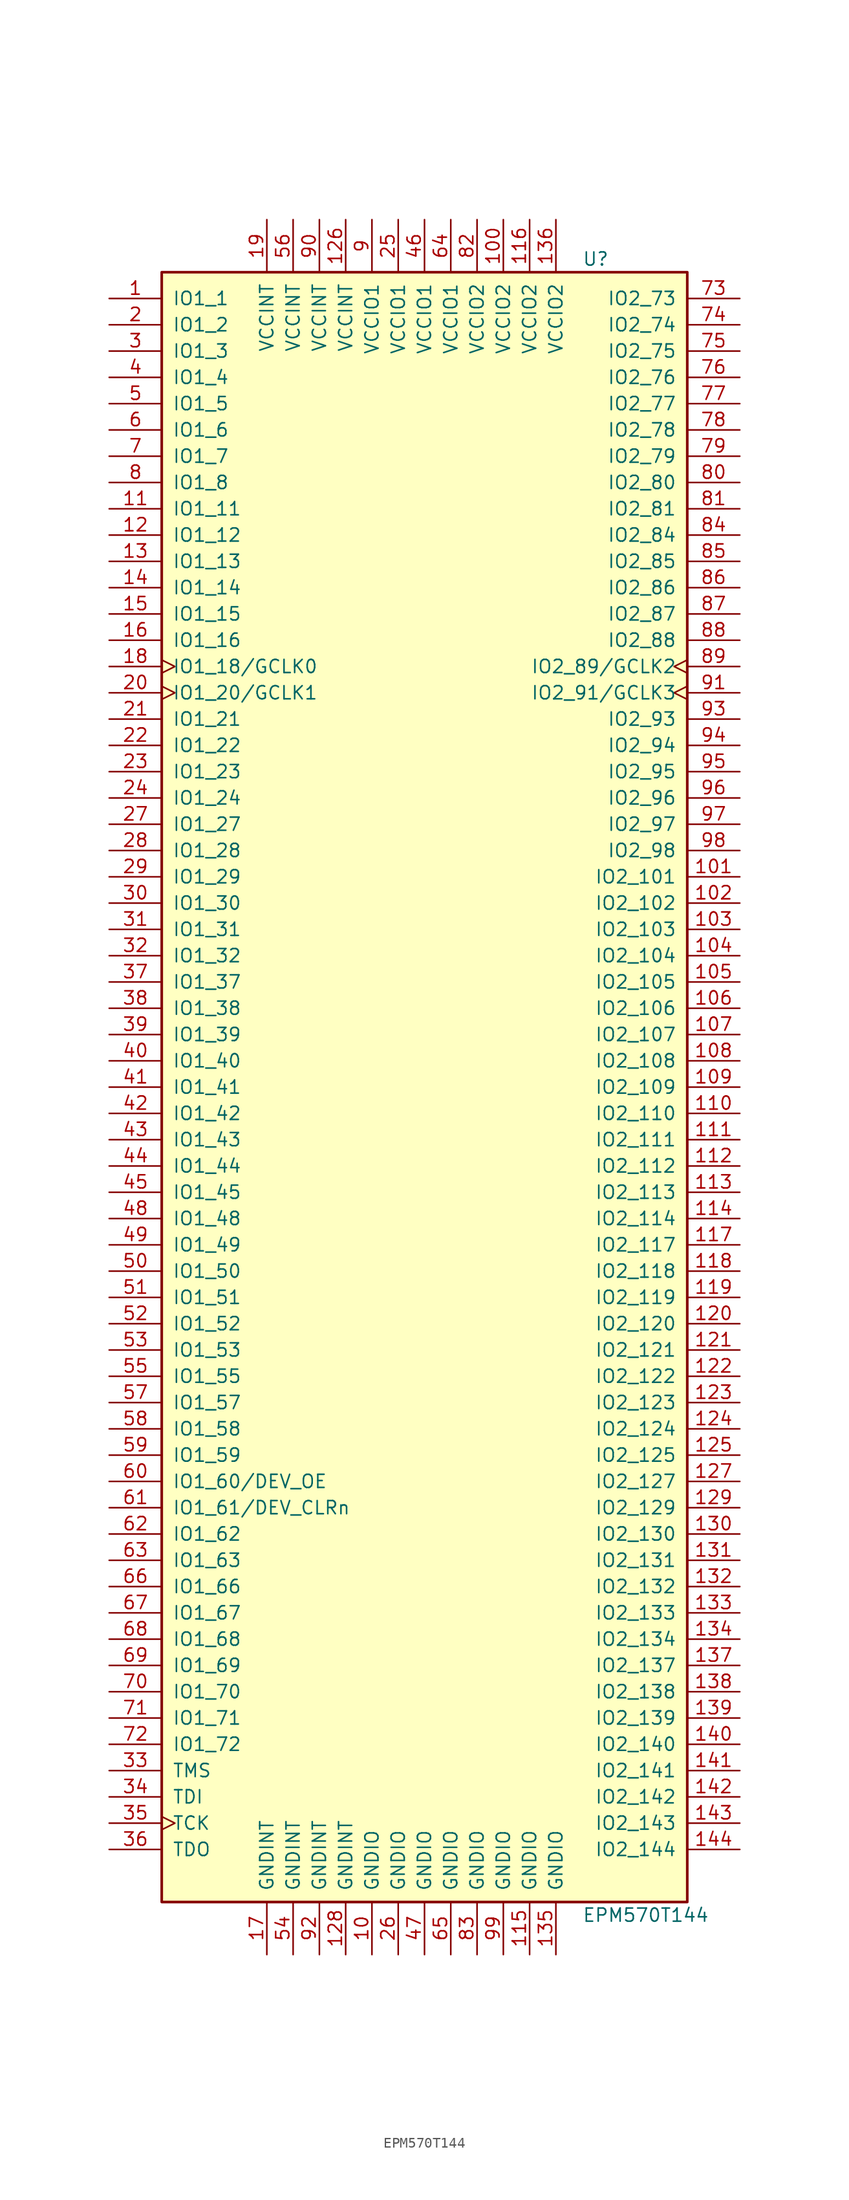
<source format=kicad_sym>
(kicad_symbol_lib
  (version 20201005)
  (generator kicad_symbol_editor)
  (symbol "EPM570T144"
    (pin_names
      (offset 1.016))
    (property "Reference" "U"
      (at 15.24 80.01 0)
      (effects (font (size 1.27 1.27)) (justify left)))
    (property "Value" "EPM570T144"
      (at 15.24 -80.01 0)
      (effects (font (size 1.27 1.27)) (justify left)))
    (property "ki_locked" ""
      (at 0 0 0)
      (effects (font (size 1.27 1.27))))
    (symbol "EPM570T144_1_1"
      (rectangle (start -25.4 78.74) (end 25.4 -78.74) (stroke (width 0.254)) (fill (type background)))
      (pin bidirectional line (at -30.48 76.2 0) (length 5.08) (name "IO1_1" (effects (font (size 1.27 1.27)))) (number "1" (effects (font (size 1.27 1.27)))))
      (pin bidirectional line (at -30.48 73.66 0) (length 5.08) (name "IO1_2" (effects (font (size 1.27 1.27)))) (number "2" (effects (font (size 1.27 1.27)))))
      (pin bidirectional line (at -30.48 71.12 0) (length 5.08) (name "IO1_3" (effects (font (size 1.27 1.27)))) (number "3" (effects (font (size 1.27 1.27)))))
      (pin bidirectional line (at -30.48 68.58 0) (length 5.08) (name "IO1_4" (effects (font (size 1.27 1.27)))) (number "4" (effects (font (size 1.27 1.27)))))
      (pin bidirectional line (at -30.48 66.04 0) (length 5.08) (name "IO1_5" (effects (font (size 1.27 1.27)))) (number "5" (effects (font (size 1.27 1.27)))))
      (pin bidirectional line (at -30.48 63.5 0) (length 5.08) (name "IO1_6" (effects (font (size 1.27 1.27)))) (number "6" (effects (font (size 1.27 1.27)))))
      (pin bidirectional line (at -30.48 60.96 0) (length 5.08) (name "IO1_7" (effects (font (size 1.27 1.27)))) (number "7" (effects (font (size 1.27 1.27)))))
      (pin bidirectional line (at -30.48 58.42 0) (length 5.08) (name "IO1_8" (effects (font (size 1.27 1.27)))) (number "8" (effects (font (size 1.27 1.27)))))
      (pin bidirectional line (at -30.48 55.88 0) (length 5.08) (name "IO1_11" (effects (font (size 1.27 1.27)))) (number "11" (effects (font (size 1.27 1.27)))))
      (pin bidirectional line (at -30.48 53.34 0) (length 5.08) (name "IO1_12" (effects (font (size 1.27 1.27)))) (number "12" (effects (font (size 1.27 1.27)))))
      (pin bidirectional line (at -30.48 50.8 0) (length 5.08) (name "IO1_13" (effects (font (size 1.27 1.27)))) (number "13" (effects (font (size 1.27 1.27)))))
      (pin bidirectional line (at -30.48 48.26 0) (length 5.08) (name "IO1_14" (effects (font (size 1.27 1.27)))) (number "14" (effects (font (size 1.27 1.27)))))
      (pin bidirectional line (at -30.48 45.72 0) (length 5.08) (name "IO1_15" (effects (font (size 1.27 1.27)))) (number "15" (effects (font (size 1.27 1.27)))))
      (pin bidirectional line (at -30.48 43.18 0) (length 5.08) (name "IO1_16" (effects (font (size 1.27 1.27)))) (number "16" (effects (font (size 1.27 1.27)))))
      (pin bidirectional clock (at -30.48 40.64 0) (length 5.08) (name "IO1_18/GCLK0" (effects (font (size 1.27 1.27)))) (number "18" (effects (font (size 1.27 1.27)))))
      (pin bidirectional clock (at -30.48 38.1 0) (length 5.08) (name "IO1_20/GCLK1" (effects (font (size 1.27 1.27)))) (number "20" (effects (font (size 1.27 1.27)))))
      (pin bidirectional line (at -30.48 35.56 0) (length 5.08) (name "IO1_21" (effects (font (size 1.27 1.27)))) (number "21" (effects (font (size 1.27 1.27)))))
      (pin bidirectional line (at -30.48 33.02 0) (length 5.08) (name "IO1_22" (effects (font (size 1.27 1.27)))) (number "22" (effects (font (size 1.27 1.27)))))
      (pin bidirectional line (at -30.48 30.48 0) (length 5.08) (name "IO1_23" (effects (font (size 1.27 1.27)))) (number "23" (effects (font (size 1.27 1.27)))))
      (pin bidirectional line (at -30.48 27.94 0) (length 5.08) (name "IO1_24" (effects (font (size 1.27 1.27)))) (number "24" (effects (font (size 1.27 1.27)))))
      (pin bidirectional line (at -30.48 25.4 0) (length 5.08) (name "IO1_27" (effects (font (size 1.27 1.27)))) (number "27" (effects (font (size 1.27 1.27)))))
      (pin bidirectional line (at -30.48 22.86 0) (length 5.08) (name "IO1_28" (effects (font (size 1.27 1.27)))) (number "28" (effects (font (size 1.27 1.27)))))
      (pin bidirectional line (at -30.48 20.32 0) (length 5.08) (name "IO1_29" (effects (font (size 1.27 1.27)))) (number "29" (effects (font (size 1.27 1.27)))))
      (pin bidirectional line (at -30.48 17.78 0) (length 5.08) (name "IO1_30" (effects (font (size 1.27 1.27)))) (number "30" (effects (font (size 1.27 1.27)))))
      (pin bidirectional line (at -30.48 15.24 0) (length 5.08) (name "IO1_31" (effects (font (size 1.27 1.27)))) (number "31" (effects (font (size 1.27 1.27)))))
      (pin bidirectional line (at -30.48 12.7 0) (length 5.08) (name "IO1_32" (effects (font (size 1.27 1.27)))) (number "32" (effects (font (size 1.27 1.27)))))
      (pin bidirectional line (at -30.48 10.16 0) (length 5.08) (name "IO1_37" (effects (font (size 1.27 1.27)))) (number "37" (effects (font (size 1.27 1.27)))))
      (pin bidirectional line (at -30.48 7.62 0) (length 5.08) (name "IO1_38" (effects (font (size 1.27 1.27)))) (number "38" (effects (font (size 1.27 1.27)))))
      (pin bidirectional line (at -30.48 5.08 0) (length 5.08) (name "IO1_39" (effects (font (size 1.27 1.27)))) (number "39" (effects (font (size 1.27 1.27)))))
      (pin bidirectional line (at -30.48 2.54 0) (length 5.08) (name "IO1_40" (effects (font (size 1.27 1.27)))) (number "40" (effects (font (size 1.27 1.27)))))
      (pin bidirectional line (at -30.48 0 0) (length 5.08) (name "IO1_41" (effects (font (size 1.27 1.27)))) (number "41" (effects (font (size 1.27 1.27)))))
      (pin bidirectional line (at -30.48 -2.54 0) (length 5.08) (name "IO1_42" (effects (font (size 1.27 1.27)))) (number "42" (effects (font (size 1.27 1.27)))))
      (pin bidirectional line (at -30.48 -5.08 0) (length 5.08) (name "IO1_43" (effects (font (size 1.27 1.27)))) (number "43" (effects (font (size 1.27 1.27)))))
      (pin bidirectional line (at -30.48 -7.62 0) (length 5.08) (name "IO1_44" (effects (font (size 1.27 1.27)))) (number "44" (effects (font (size 1.27 1.27)))))
      (pin bidirectional line (at -30.48 -10.16 0) (length 5.08) (name "IO1_45" (effects (font (size 1.27 1.27)))) (number "45" (effects (font (size 1.27 1.27)))))
      (pin bidirectional line (at -30.48 -12.7 0) (length 5.08) (name "IO1_48" (effects (font (size 1.27 1.27)))) (number "48" (effects (font (size 1.27 1.27)))))
      (pin bidirectional line (at -30.48 -15.24 0) (length 5.08) (name "IO1_49" (effects (font (size 1.27 1.27)))) (number "49" (effects (font (size 1.27 1.27)))))
      (pin bidirectional line (at -30.48 -17.78 0) (length 5.08) (name "IO1_50" (effects (font (size 1.27 1.27)))) (number "50" (effects (font (size 1.27 1.27)))))
      (pin bidirectional line (at -30.48 -20.32 0) (length 5.08) (name "IO1_51" (effects (font (size 1.27 1.27)))) (number "51" (effects (font (size 1.27 1.27)))))
      (pin bidirectional line (at -30.48 -22.86 0) (length 5.08) (name "IO1_52" (effects (font (size 1.27 1.27)))) (number "52" (effects (font (size 1.27 1.27)))))
      (pin bidirectional line (at -30.48 -25.4 0) (length 5.08) (name "IO1_53" (effects (font (size 1.27 1.27)))) (number "53" (effects (font (size 1.27 1.27)))))
      (pin bidirectional line (at -30.48 -27.94 0) (length 5.08) (name "IO1_55" (effects (font (size 1.27 1.27)))) (number "55" (effects (font (size 1.27 1.27)))))
      (pin bidirectional line (at -30.48 -30.48 0) (length 5.08) (name "IO1_57" (effects (font (size 1.27 1.27)))) (number "57" (effects (font (size 1.27 1.27)))))
      (pin bidirectional line (at -30.48 -33.02 0) (length 5.08) (name "IO1_58" (effects (font (size 1.27 1.27)))) (number "58" (effects (font (size 1.27 1.27)))))
      (pin bidirectional line (at -30.48 -35.56 0) (length 5.08) (name "IO1_59" (effects (font (size 1.27 1.27)))) (number "59" (effects (font (size 1.27 1.27)))))
      (pin bidirectional line (at -30.48 -38.1 0) (length 5.08) (name "IO1_60/DEV_OE" (effects (font (size 1.27 1.27)))) (number "60" (effects (font (size 1.27 1.27)))))
      (pin bidirectional line (at -30.48 -40.64 0) (length 5.08) (name "IO1_61/DEV_CLRn" (effects (font (size 1.27 1.27)))) (number "61" (effects (font (size 1.27 1.27)))))
      (pin bidirectional line (at -30.48 -43.18 0) (length 5.08) (name "IO1_62" (effects (font (size 1.27 1.27)))) (number "62" (effects (font (size 1.27 1.27)))))
      (pin bidirectional line (at -30.48 -45.72 0) (length 5.08) (name "IO1_63" (effects (font (size 1.27 1.27)))) (number "63" (effects (font (size 1.27 1.27)))))
      (pin bidirectional line (at -30.48 -48.26 0) (length 5.08) (name "IO1_66" (effects (font (size 1.27 1.27)))) (number "66" (effects (font (size 1.27 1.27)))))
      (pin bidirectional line (at -30.48 -50.8 0) (length 5.08) (name "IO1_67" (effects (font (size 1.27 1.27)))) (number "67" (effects (font (size 1.27 1.27)))))
      (pin bidirectional line (at -30.48 -53.34 0) (length 5.08) (name "IO1_68" (effects (font (size 1.27 1.27)))) (number "68" (effects (font (size 1.27 1.27)))))
      (pin bidirectional line (at -30.48 -55.88 0) (length 5.08) (name "IO1_69" (effects (font (size 1.27 1.27)))) (number "69" (effects (font (size 1.27 1.27)))))
      (pin bidirectional line (at -30.48 -58.42 0) (length 5.08) (name "IO1_70" (effects (font (size 1.27 1.27)))) (number "70" (effects (font (size 1.27 1.27)))))
      (pin bidirectional line (at -30.48 -60.96 0) (length 5.08) (name "IO1_71" (effects (font (size 1.27 1.27)))) (number "71" (effects (font (size 1.27 1.27)))))
      (pin bidirectional line (at -30.48 -63.5 0) (length 5.08) (name "IO1_72" (effects (font (size 1.27 1.27)))) (number "72" (effects (font (size 1.27 1.27)))))
      (pin bidirectional line (at 30.48 76.2 180) (length 5.08) (name "IO2_73" (effects (font (size 1.27 1.27)))) (number "73" (effects (font (size 1.27 1.27)))))
      (pin bidirectional line (at 30.48 73.66 180) (length 5.08) (name "IO2_74" (effects (font (size 1.27 1.27)))) (number "74" (effects (font (size 1.27 1.27)))))
      (pin bidirectional line (at 30.48 71.12 180) (length 5.08) (name "IO2_75" (effects (font (size 1.27 1.27)))) (number "75" (effects (font (size 1.27 1.27)))))
      (pin bidirectional line (at 30.48 68.58 180) (length 5.08) (name "IO2_76" (effects (font (size 1.27 1.27)))) (number "76" (effects (font (size 1.27 1.27)))))
      (pin bidirectional line (at 30.48 66.04 180) (length 5.08) (name "IO2_77" (effects (font (size 1.27 1.27)))) (number "77" (effects (font (size 1.27 1.27)))))
      (pin bidirectional line (at 30.48 63.5 180) (length 5.08) (name "IO2_78" (effects (font (size 1.27 1.27)))) (number "78" (effects (font (size 1.27 1.27)))))
      (pin bidirectional line (at 30.48 60.96 180) (length 5.08) (name "IO2_79" (effects (font (size 1.27 1.27)))) (number "79" (effects (font (size 1.27 1.27)))))
      (pin bidirectional line (at 30.48 58.42 180) (length 5.08) (name "IO2_80" (effects (font (size 1.27 1.27)))) (number "80" (effects (font (size 1.27 1.27)))))
      (pin bidirectional line (at 30.48 55.88 180) (length 5.08) (name "IO2_81" (effects (font (size 1.27 1.27)))) (number "81" (effects (font (size 1.27 1.27)))))
      (pin bidirectional line (at 30.48 53.34 180) (length 5.08) (name "IO2_84" (effects (font (size 1.27 1.27)))) (number "84" (effects (font (size 1.27 1.27)))))
      (pin bidirectional line (at 30.48 50.8 180) (length 5.08) (name "IO2_85" (effects (font (size 1.27 1.27)))) (number "85" (effects (font (size 1.27 1.27)))))
      (pin bidirectional line (at 30.48 48.26 180) (length 5.08) (name "IO2_86" (effects (font (size 1.27 1.27)))) (number "86" (effects (font (size 1.27 1.27)))))
      (pin bidirectional line (at 30.48 45.72 180) (length 5.08) (name "IO2_87" (effects (font (size 1.27 1.27)))) (number "87" (effects (font (size 1.27 1.27)))))
      (pin bidirectional line (at 30.48 43.18 180) (length 5.08) (name "IO2_88" (effects (font (size 1.27 1.27)))) (number "88" (effects (font (size 1.27 1.27)))))
      (pin bidirectional clock (at 30.48 40.64 180) (length 5.08) (name "IO2_89/GCLK2" (effects (font (size 1.27 1.27)))) (number "89" (effects (font (size 1.27 1.27)))))
      (pin bidirectional clock (at 30.48 38.1 180) (length 5.08) (name "IO2_91/GCLK3" (effects (font (size 1.27 1.27)))) (number "91" (effects (font (size 1.27 1.27)))))
      (pin bidirectional line (at 30.48 35.56 180) (length 5.08) (name "IO2_93" (effects (font (size 1.27 1.27)))) (number "93" (effects (font (size 1.27 1.27)))))
      (pin bidirectional line (at 30.48 33.02 180) (length 5.08) (name "IO2_94" (effects (font (size 1.27 1.27)))) (number "94" (effects (font (size 1.27 1.27)))))
      (pin bidirectional line (at 30.48 30.48 180) (length 5.08) (name "IO2_95" (effects (font (size 1.27 1.27)))) (number "95" (effects (font (size 1.27 1.27)))))
      (pin bidirectional line (at 30.48 27.94 180) (length 5.08) (name "IO2_96" (effects (font (size 1.27 1.27)))) (number "96" (effects (font (size 1.27 1.27)))))
      (pin bidirectional line (at 30.48 25.4 180) (length 5.08) (name "IO2_97" (effects (font (size 1.27 1.27)))) (number "97" (effects (font (size 1.27 1.27)))))
      (pin bidirectional line (at 30.48 22.86 180) (length 5.08) (name "IO2_98" (effects (font (size 1.27 1.27)))) (number "98" (effects (font (size 1.27 1.27)))))
      (pin bidirectional line (at 30.48 20.32 180) (length 5.08) (name "IO2_101" (effects (font (size 1.27 1.27)))) (number "101" (effects (font (size 1.27 1.27)))))
      (pin bidirectional line (at 30.48 17.78 180) (length 5.08) (name "IO2_102" (effects (font (size 1.27 1.27)))) (number "102" (effects (font (size 1.27 1.27)))))
      (pin bidirectional line (at 30.48 15.24 180) (length 5.08) (name "IO2_103" (effects (font (size 1.27 1.27)))) (number "103" (effects (font (size 1.27 1.27)))))
      (pin bidirectional line (at 30.48 12.7 180) (length 5.08) (name "IO2_104" (effects (font (size 1.27 1.27)))) (number "104" (effects (font (size 1.27 1.27)))))
      (pin bidirectional line (at 30.48 10.16 180) (length 5.08) (name "IO2_105" (effects (font (size 1.27 1.27)))) (number "105" (effects (font (size 1.27 1.27)))))
      (pin bidirectional line (at 30.48 7.62 180) (length 5.08) (name "IO2_106" (effects (font (size 1.27 1.27)))) (number "106" (effects (font (size 1.27 1.27)))))
      (pin bidirectional line (at 30.48 5.08 180) (length 5.08) (name "IO2_107" (effects (font (size 1.27 1.27)))) (number "107" (effects (font (size 1.27 1.27)))))
      (pin bidirectional line (at 30.48 2.54 180) (length 5.08) (name "IO2_108" (effects (font (size 1.27 1.27)))) (number "108" (effects (font (size 1.27 1.27)))))
      (pin bidirectional line (at 30.48 0 180) (length 5.08) (name "IO2_109" (effects (font (size 1.27 1.27)))) (number "109" (effects (font (size 1.27 1.27)))))
      (pin bidirectional line (at 30.48 -2.54 180) (length 5.08) (name "IO2_110" (effects (font (size 1.27 1.27)))) (number "110" (effects (font (size 1.27 1.27)))))
      (pin bidirectional line (at 30.48 -5.08 180) (length 5.08) (name "IO2_111" (effects (font (size 1.27 1.27)))) (number "111" (effects (font (size 1.27 1.27)))))
      (pin bidirectional line (at 30.48 -7.62 180) (length 5.08) (name "IO2_112" (effects (font (size 1.27 1.27)))) (number "112" (effects (font (size 1.27 1.27)))))
      (pin bidirectional line (at 30.48 -10.16 180) (length 5.08) (name "IO2_113" (effects (font (size 1.27 1.27)))) (number "113" (effects (font (size 1.27 1.27)))))
      (pin bidirectional line (at 30.48 -12.7 180) (length 5.08) (name "IO2_114" (effects (font (size 1.27 1.27)))) (number "114" (effects (font (size 1.27 1.27)))))
      (pin bidirectional line (at 30.48 -15.24 180) (length 5.08) (name "IO2_117" (effects (font (size 1.27 1.27)))) (number "117" (effects (font (size 1.27 1.27)))))
      (pin bidirectional line (at 30.48 -17.78 180) (length 5.08) (name "IO2_118" (effects (font (size 1.27 1.27)))) (number "118" (effects (font (size 1.27 1.27)))))
      (pin bidirectional line (at 30.48 -20.32 180) (length 5.08) (name "IO2_119" (effects (font (size 1.27 1.27)))) (number "119" (effects (font (size 1.27 1.27)))))
      (pin bidirectional line (at 30.48 -22.86 180) (length 5.08) (name "IO2_120" (effects (font (size 1.27 1.27)))) (number "120" (effects (font (size 1.27 1.27)))))
      (pin bidirectional line (at 30.48 -25.4 180) (length 5.08) (name "IO2_121" (effects (font (size 1.27 1.27)))) (number "121" (effects (font (size 1.27 1.27)))))
      (pin bidirectional line (at 30.48 -27.94 180) (length 5.08) (name "IO2_122" (effects (font (size 1.27 1.27)))) (number "122" (effects (font (size 1.27 1.27)))))
      (pin bidirectional line (at 30.48 -30.48 180) (length 5.08) (name "IO2_123" (effects (font (size 1.27 1.27)))) (number "123" (effects (font (size 1.27 1.27)))))
      (pin bidirectional line (at 30.48 -33.02 180) (length 5.08) (name "IO2_124" (effects (font (size 1.27 1.27)))) (number "124" (effects (font (size 1.27 1.27)))))
      (pin bidirectional line (at 30.48 -35.56 180) (length 5.08) (name "IO2_125" (effects (font (size 1.27 1.27)))) (number "125" (effects (font (size 1.27 1.27)))))
      (pin bidirectional line (at 30.48 -38.1 180) (length 5.08) (name "IO2_127" (effects (font (size 1.27 1.27)))) (number "127" (effects (font (size 1.27 1.27)))))
      (pin bidirectional line (at 30.48 -40.64 180) (length 5.08) (name "IO2_129" (effects (font (size 1.27 1.27)))) (number "129" (effects (font (size 1.27 1.27)))))
      (pin bidirectional line (at 30.48 -43.18 180) (length 5.08) (name "IO2_130" (effects (font (size 1.27 1.27)))) (number "130" (effects (font (size 1.27 1.27)))))
      (pin bidirectional line (at 30.48 -45.72 180) (length 5.08) (name "IO2_131" (effects (font (size 1.27 1.27)))) (number "131" (effects (font (size 1.27 1.27)))))
      (pin bidirectional line (at 30.48 -48.26 180) (length 5.08) (name "IO2_132" (effects (font (size 1.27 1.27)))) (number "132" (effects (font (size 1.27 1.27)))))
      (pin bidirectional line (at 30.48 -50.8 180) (length 5.08) (name "IO2_133" (effects (font (size 1.27 1.27)))) (number "133" (effects (font (size 1.27 1.27)))))
      (pin bidirectional line (at 30.48 -53.34 180) (length 5.08) (name "IO2_134" (effects (font (size 1.27 1.27)))) (number "134" (effects (font (size 1.27 1.27)))))
      (pin bidirectional line (at 30.48 -55.88 180) (length 5.08) (name "IO2_137" (effects (font (size 1.27 1.27)))) (number "137" (effects (font (size 1.27 1.27)))))
      (pin bidirectional line (at 30.48 -58.42 180) (length 5.08) (name "IO2_138" (effects (font (size 1.27 1.27)))) (number "138" (effects (font (size 1.27 1.27)))))
      (pin bidirectional line (at 30.48 -60.96 180) (length 5.08) (name "IO2_139" (effects (font (size 1.27 1.27)))) (number "139" (effects (font (size 1.27 1.27)))))
      (pin bidirectional line (at 30.48 -63.5 180) (length 5.08) (name "IO2_140" (effects (font (size 1.27 1.27)))) (number "140" (effects (font (size 1.27 1.27)))))
      (pin bidirectional line (at 30.48 -66.04 180) (length 5.08) (name "IO2_141" (effects (font (size 1.27 1.27)))) (number "141" (effects (font (size 1.27 1.27)))))
      (pin bidirectional line (at 30.48 -68.58 180) (length 5.08) (name "IO2_142" (effects (font (size 1.27 1.27)))) (number "142" (effects (font (size 1.27 1.27)))))
      (pin bidirectional line (at 30.48 -71.12 180) (length 5.08) (name "IO2_143" (effects (font (size 1.27 1.27)))) (number "143" (effects (font (size 1.27 1.27)))))
      (pin bidirectional line (at 30.48 -73.66 180) (length 5.08) (name "IO2_144" (effects (font (size 1.27 1.27)))) (number "144" (effects (font (size 1.27 1.27)))))
      (pin input line (at -30.48 -66.04 0) (length 5.08) (name "TMS" (effects (font (size 1.27 1.27)))) (number "33" (effects (font (size 1.27 1.27)))))
      (pin input line (at -30.48 -68.58 0) (length 5.08) (name "TDI" (effects (font (size 1.27 1.27)))) (number "34" (effects (font (size 1.27 1.27)))))
      (pin input clock (at -30.48 -71.12 0) (length 5.08) (name "TCK" (effects (font (size 1.27 1.27)))) (number "35" (effects (font (size 1.27 1.27)))))
      (pin output line (at -30.48 -73.66 0) (length 5.08) (name "TDO" (effects (font (size 1.27 1.27)))) (number "36" (effects (font (size 1.27 1.27)))))
      (pin power_in line (at -15.24 -83.82 90) (length 5.08) (name "GNDINT" (effects (font (size 1.27 1.27)))) (number "17" (effects (font (size 1.27 1.27)))))
      (pin power_in line (at -12.7 -83.82 90) (length 5.08) (name "GNDINT" (effects (font (size 1.27 1.27)))) (number "54" (effects (font (size 1.27 1.27)))))
      (pin power_in line (at -10.16 -83.82 90) (length 5.08) (name "GNDINT" (effects (font (size 1.27 1.27)))) (number "92" (effects (font (size 1.27 1.27)))))
      (pin power_in line (at -7.62 -83.82 90) (length 5.08) (name "GNDINT" (effects (font (size 1.27 1.27)))) (number "128" (effects (font (size 1.27 1.27)))))
      (pin power_in line (at -5.08 -83.82 90) (length 5.08) (name "GNDIO" (effects (font (size 1.27 1.27)))) (number "10" (effects (font (size 1.27 1.27)))))
      (pin power_in line (at -2.54 -83.82 90) (length 5.08) (name "GNDIO" (effects (font (size 1.27 1.27)))) (number "26" (effects (font (size 1.27 1.27)))))
      (pin power_in line (at 0 -83.82 90) (length 5.08) (name "GNDIO" (effects (font (size 1.27 1.27)))) (number "47" (effects (font (size 1.27 1.27)))))
      (pin power_in line (at 2.54 -83.82 90) (length 5.08) (name "GNDIO" (effects (font (size 1.27 1.27)))) (number "65" (effects (font (size 1.27 1.27)))))
      (pin power_in line (at 5.08 -83.82 90) (length 5.08) (name "GNDIO" (effects (font (size 1.27 1.27)))) (number "83" (effects (font (size 1.27 1.27)))))
      (pin power_in line (at 7.62 -83.82 90) (length 5.08) (name "GNDIO" (effects (font (size 1.27 1.27)))) (number "99" (effects (font (size 1.27 1.27)))))
      (pin power_in line (at 10.16 -83.82 90) (length 5.08) (name "GNDIO" (effects (font (size 1.27 1.27)))) (number "115" (effects (font (size 1.27 1.27)))))
      (pin power_in line (at 12.7 -83.82 90) (length 5.08) (name "GNDIO" (effects (font (size 1.27 1.27)))) (number "135" (effects (font (size 1.27 1.27)))))
      (pin power_in line (at -15.24 83.82 270) (length 5.08) (name "VCCINT" (effects (font (size 1.27 1.27)))) (number "19" (effects (font (size 1.27 1.27)))))
      (pin power_in line (at -12.7 83.82 270) (length 5.08) (name "VCCINT" (effects (font (size 1.27 1.27)))) (number "56" (effects (font (size 1.27 1.27)))))
      (pin power_in line (at -10.16 83.82 270) (length 5.08) (name "VCCINT" (effects (font (size 1.27 1.27)))) (number "90" (effects (font (size 1.27 1.27)))))
      (pin power_in line (at -7.62 83.82 270) (length 5.08) (name "VCCINT" (effects (font (size 1.27 1.27)))) (number "126" (effects (font (size 1.27 1.27)))))
      (pin power_in line (at -5.08 83.82 270) (length 5.08) (name "VCCIO1" (effects (font (size 1.27 1.27)))) (number "9" (effects (font (size 1.27 1.27)))))
      (pin power_in line (at -2.54 83.82 270) (length 5.08) (name "VCCIO1" (effects (font (size 1.27 1.27)))) (number "25" (effects (font (size 1.27 1.27)))))
      (pin power_in line (at 0 83.82 270) (length 5.08) (name "VCCIO1" (effects (font (size 1.27 1.27)))) (number "46" (effects (font (size 1.27 1.27)))))
      (pin power_in line (at 2.54 83.82 270) (length 5.08) (name "VCCIO1" (effects (font (size 1.27 1.27)))) (number "64" (effects (font (size 1.27 1.27)))))
      (pin power_in line (at 5.08 83.82 270) (length 5.08) (name "VCCIO2" (effects (font (size 1.27 1.27)))) (number "82" (effects (font (size 1.27 1.27)))))
      (pin power_in line (at 7.62 83.82 270) (length 5.08) (name "VCCIO2" (effects (font (size 1.27 1.27)))) (number "100" (effects (font (size 1.27 1.27)))))
      (pin power_in line (at 10.16 83.82 270) (length 5.08) (name "VCCIO2" (effects (font (size 1.27 1.27)))) (number "116" (effects (font (size 1.27 1.27)))))
      (pin power_in line (at 12.7 83.82 270) (length 5.08) (name "VCCIO2" (effects (font (size 1.27 1.27)))) (number "136" (effects (font (size 1.27 1.27))))))))
</source>
